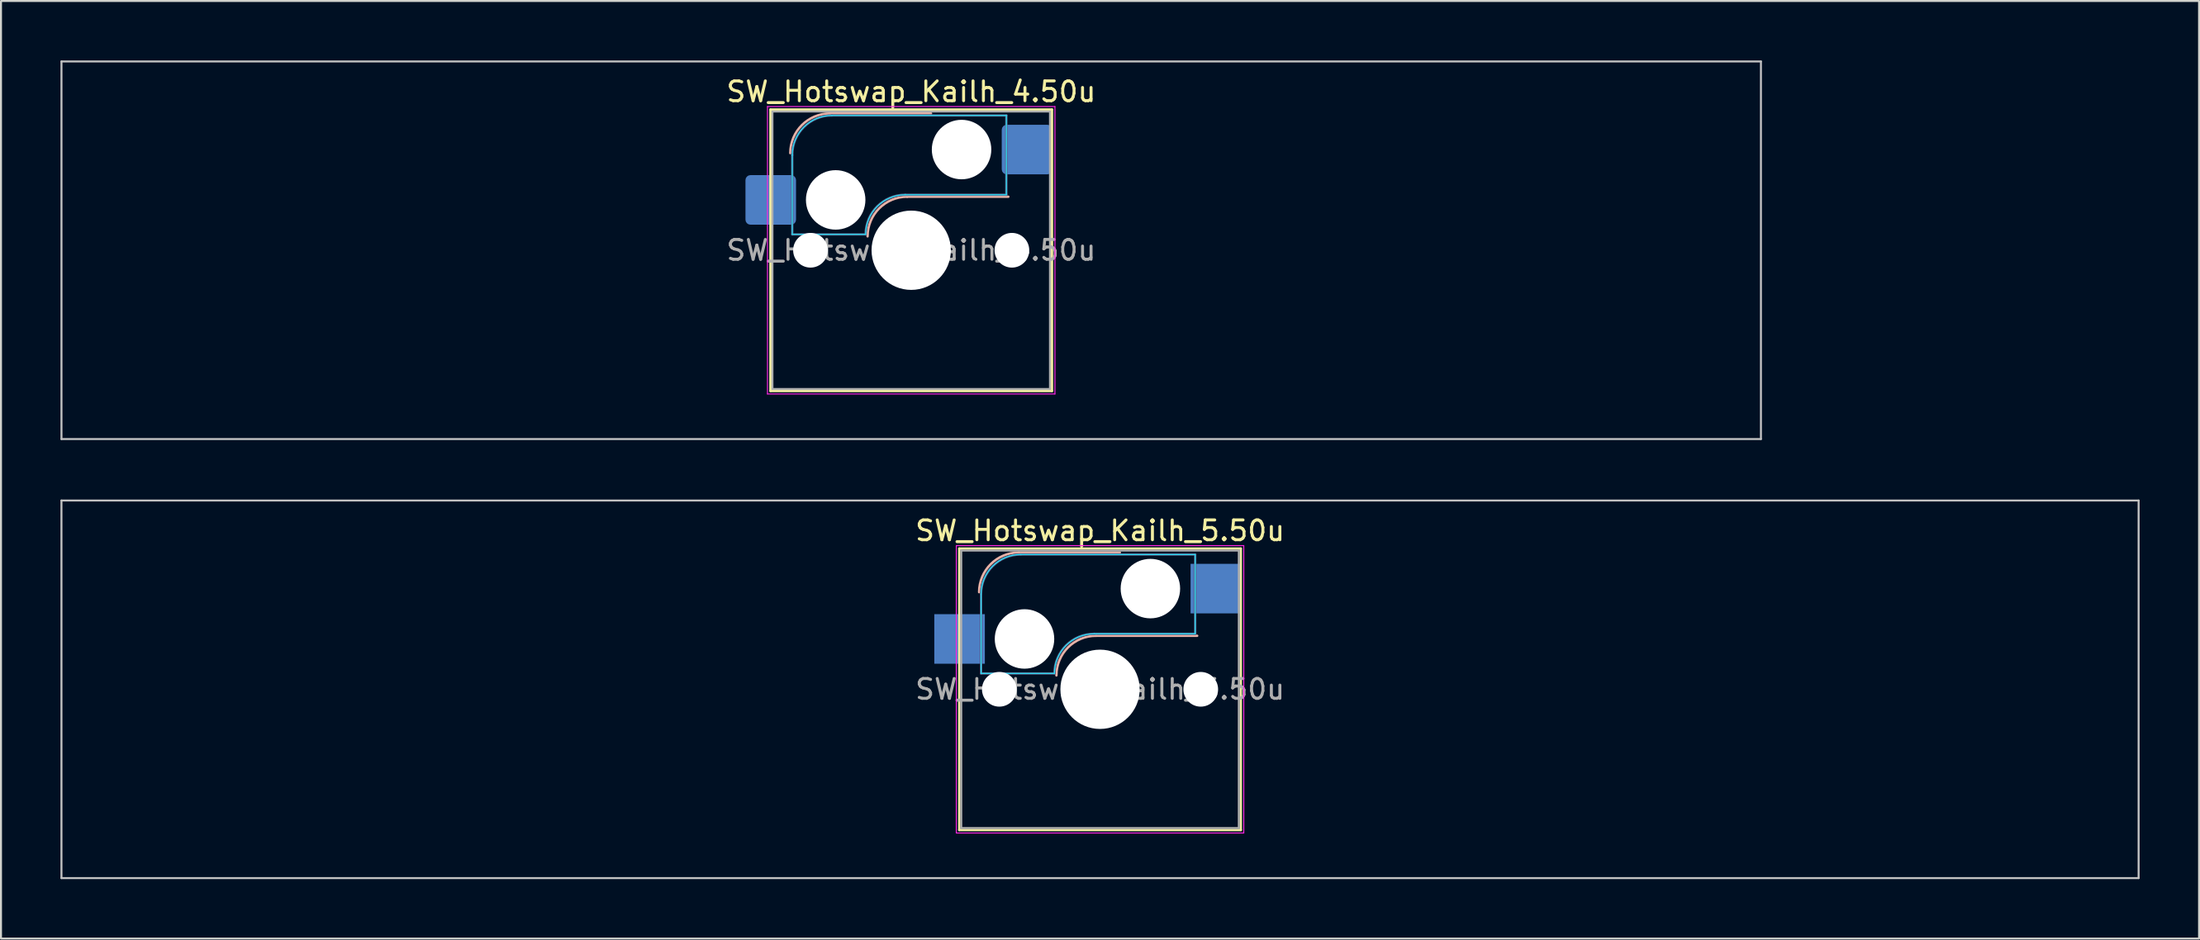
<source format=kicad_pcb>
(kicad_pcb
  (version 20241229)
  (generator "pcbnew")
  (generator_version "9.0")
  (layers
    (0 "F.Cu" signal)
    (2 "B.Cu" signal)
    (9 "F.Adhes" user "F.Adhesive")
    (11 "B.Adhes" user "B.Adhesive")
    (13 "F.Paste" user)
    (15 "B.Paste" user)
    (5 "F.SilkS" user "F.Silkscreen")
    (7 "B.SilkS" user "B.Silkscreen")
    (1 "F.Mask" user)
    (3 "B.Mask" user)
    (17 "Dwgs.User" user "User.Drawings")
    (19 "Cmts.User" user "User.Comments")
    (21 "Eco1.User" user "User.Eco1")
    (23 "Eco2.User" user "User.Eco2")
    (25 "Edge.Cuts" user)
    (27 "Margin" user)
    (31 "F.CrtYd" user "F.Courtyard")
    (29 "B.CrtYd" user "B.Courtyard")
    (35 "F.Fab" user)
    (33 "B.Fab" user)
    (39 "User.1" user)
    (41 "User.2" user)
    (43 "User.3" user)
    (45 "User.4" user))
  (footprint "SW_Hotswap_Kailh_4.50u"
    (layer "F.Cu")
    (at 42.913 9.575)
    (property "Reference" "SW_Hotswap_Kailh_4.50u" (at 0 -8 0) (layer "F.SilkS") (effects (font (size 1 1) (thickness 0.15))))
    (attr smd)
    (fp_line (start -7.1 -7.1) (end -7.1 7.1) (stroke (width 0.12) (type solid)) (layer "F.SilkS"))
    (fp_line (start -7.1 7.1) (end 7.1 7.1) (stroke (width 0.12) (type solid)) (layer "F.SilkS"))
    (fp_line (start 7.1 -7.1) (end -7.1 -7.1) (stroke (width 0.12) (type solid)) (layer "F.SilkS"))
    (fp_line (start 7.1 7.1) (end 7.1 -7.1) (stroke (width 0.12) (type solid)) (layer "F.SilkS"))
    (fp_line (start -4.1 -6.9) (end 1 -6.9) (stroke (width 0.12) (type solid)) (layer "B.SilkS"))
    (fp_line (start -0.2 -2.7) (end 4.9 -2.7) (stroke (width 0.12) (type solid)) (layer "B.SilkS"))
    (fp_arc (start -6.1 -4.9) (mid -5.514214 -6.314214) (end -4.1 -6.9) (stroke (width 0.12) (type solid)) (layer "B.SilkS"))
    (fp_arc (start -2.2 -0.7) (mid -1.614214 -2.114214) (end -0.2 -2.7) (stroke (width 0.12) (type solid)) (layer "B.SilkS"))
    (fp_line (start -42.862 -9.525) (end -42.862 9.525) (stroke (width 0.1) (type solid)) (layer "Dwgs.User"))
    (fp_line (start -42.862 9.525) (end 42.862 9.525) (stroke (width 0.1) (type solid)) (layer "Dwgs.User"))
    (fp_line (start 42.862 -9.525) (end -42.862 -9.525) (stroke (width 0.1) (type solid)) (layer "Dwgs.User"))
    (fp_line (start 42.862 9.525) (end 42.862 -9.525) (stroke (width 0.1) (type solid)) (layer "Dwgs.User"))
    (fp_line (start -7.8 -6) (end -7 -6) (stroke (width 0.1) (type solid)) (layer "Eco1.User"))
    (fp_line (start -7.8 -2.9) (end -7.8 -6) (stroke (width 0.1) (type solid)) (layer "Eco1.User"))
    (fp_line (start -7.8 2.9) (end -7 2.9) (stroke (width 0.1) (type solid)) (layer "Eco1.User"))
    (fp_line (start -7.8 6) (end -7.8 2.9) (stroke (width 0.1) (type solid)) (layer "Eco1.User"))
    (fp_line (start -7 -7) (end 7 -7) (stroke (width 0.1) (type solid)) (layer "Eco1.User"))
    (fp_line (start -7 -6) (end -7 -7) (stroke (width 0.1) (type solid)) (layer "Eco1.User"))
    (fp_line (start -7 -2.9) (end -7.8 -2.9) (stroke (width 0.1) (type solid)) (layer "Eco1.User"))
    (fp_line (start -7 2.9) (end -7 -2.9) (stroke (width 0.1) (type solid)) (layer "Eco1.User"))
    (fp_line (start -7 6) (end -7.8 6) (stroke (width 0.1) (type solid)) (layer "Eco1.User"))
    (fp_line (start -7 7) (end -7 6) (stroke (width 0.1) (type solid)) (layer "Eco1.User"))
    (fp_line (start 7 -7) (end 7 -6) (stroke (width 0.1) (type solid)) (layer "Eco1.User"))
    (fp_line (start 7 -6) (end 7.8 -6) (stroke (width 0.1) (type solid)) (layer "Eco1.User"))
    (fp_line (start 7 -2.9) (end 7 2.9) (stroke (width 0.1) (type solid)) (layer "Eco1.User"))
    (fp_line (start 7 2.9) (end 7.8 2.9) (stroke (width 0.1) (type solid)) (layer "Eco1.User"))
    (fp_line (start 7 6) (end 7 7) (stroke (width 0.1) (type solid)) (layer "Eco1.User"))
    (fp_line (start 7 7) (end -7 7) (stroke (width 0.1) (type solid)) (layer "Eco1.User"))
    (fp_line (start 7.8 -6) (end 7.8 -2.9) (stroke (width 0.1) (type solid)) (layer "Eco1.User"))
    (fp_line (start 7.8 -2.9) (end 7 -2.9) (stroke (width 0.1) (type solid)) (layer "Eco1.User"))
    (fp_line (start 7.8 2.9) (end 7.8 6) (stroke (width 0.1) (type solid)) (layer "Eco1.User"))
    (fp_line (start 7.8 6) (end 7 6) (stroke (width 0.1) (type solid)) (layer "Eco1.User"))
    (fp_line (start -6 -0.8) (end -6 -4.8) (stroke (width 0.05) (type solid)) (layer "B.CrtYd"))
    (fp_line (start -6 -0.8) (end -2.3 -0.8) (stroke (width 0.05) (type solid)) (layer "B.CrtYd"))
    (fp_line (start -4 -6.8) (end 4.8 -6.8) (stroke (width 0.05) (type solid)) (layer "B.CrtYd"))
    (fp_line (start -0.3 -2.8) (end 4.8 -2.8) (stroke (width 0.05) (type solid)) (layer "B.CrtYd"))
    (fp_line (start 4.8 -6.8) (end 4.8 -2.8) (stroke (width 0.05) (type solid)) (layer "B.CrtYd"))
    (fp_arc (start -6 -4.8) (mid -5.414214 -6.214214) (end -4 -6.8) (stroke (width 0.05) (type solid)) (layer "B.CrtYd"))
    (fp_arc (start -2.3 -0.8) (mid -1.714214 -2.214214) (end -0.3 -2.8) (stroke (width 0.05) (type solid)) (layer "B.CrtYd"))
    (fp_line (start -7.25 -7.25) (end -7.25 7.25) (stroke (width 0.05) (type solid)) (layer "F.CrtYd"))
    (fp_line (start -7.25 7.25) (end 7.25 7.25) (stroke (width 0.05) (type solid)) (layer "F.CrtYd"))
    (fp_line (start 7.25 -7.25) (end -7.25 -7.25) (stroke (width 0.05) (type solid)) (layer "F.CrtYd"))
    (fp_line (start 7.25 7.25) (end 7.25 -7.25) (stroke (width 0.05) (type solid)) (layer "F.CrtYd"))
    (fp_line (start -6 -0.8) (end -6 -4.8) (stroke (width 0.12) (type solid)) (layer "B.Fab"))
    (fp_line (start -6 -0.8) (end -2.3 -0.8) (stroke (width 0.12) (type solid)) (layer "B.Fab"))
    (fp_line (start -4 -6.8) (end 4.8 -6.8) (stroke (width 0.12) (type solid)) (layer "B.Fab"))
    (fp_line (start -0.3 -2.8) (end 4.8 -2.8) (stroke (width 0.12) (type solid)) (layer "B.Fab"))
    (fp_line (start 4.8 -6.8) (end 4.8 -2.8) (stroke (width 0.12) (type solid)) (layer "B.Fab"))
    (fp_arc (start -6 -4.8) (mid -5.414214 -6.214214) (end -4 -6.8) (stroke (width 0.12) (type solid)) (layer "B.Fab"))
    (fp_arc (start -2.3 -0.8) (mid -1.714214 -2.214214) (end -0.3 -2.8) (stroke (width 0.12) (type solid)) (layer "B.Fab"))
    (fp_line (start -7 -7) (end -7 7) (stroke (width 0.1) (type solid)) (layer "F.Fab"))
    (fp_line (start -7 7) (end 7 7) (stroke (width 0.1) (type solid)) (layer "F.Fab"))
    (fp_line (start 7 -7) (end -7 -7) (stroke (width 0.1) (type solid)) (layer "F.Fab"))
    (fp_line (start 7 7) (end 7 -7) (stroke (width 0.1) (type solid)) (layer "F.Fab"))
    (fp_text user "${REFERENCE}" (at 0 0 0) (layer "F.Fab") (effects (font (size 1 1) (thickness 0.15))))
    (pad "" np_thru_hole circle (at -5.08 0) (size 1.75 1.75) (drill 1.75) (layers "*.Cu" "*.Mask"))
    (pad "" np_thru_hole circle (at -3.81 -2.54) (size 3 3) (drill 3) (layers "*.Cu" "*.Mask"))
    (pad "" np_thru_hole circle (at 0 0) (size 4 4) (drill 4) (layers "*.Cu" "*.Mask"))
    (pad "" np_thru_hole circle (at 2.54 -5.08) (size 3 3) (drill 3) (layers "*.Cu" "*.Mask"))
    (pad "" np_thru_hole circle (at 5.08 0) (size 1.75 1.75) (drill 1.75) (layers "*.Cu" "*.Mask"))
    (pad "1" smd roundrect (at -7.085 -2.54) (size 2.55 2.5) (layers "B.Cu" "B.Mask" "B.Paste") (roundrect_rratio 0.1))
    (pad "2" smd roundrect (at 5.842 -5.08) (size 2.55 2.5) (layers "B.Cu" "B.Mask" "B.Paste") (roundrect_rratio 0.1)))
  (footprint "SW_Hotswap_Kailh_5.50u"
    (layer "F.Cu")
    (at 52.438 31.725)
    (property "Reference" "SW_Hotswap_Kailh_5.50u" (at 0 -8 0) (layer "F.SilkS") (effects (font (size 1 1) (thickness 0.15))))
    (attr smd)
    (fp_line (start -7.1 -7.1) (end -7.1 7.1) (stroke (width 0.12) (type solid)) (layer "F.SilkS"))
    (fp_line (start -7.1 7.1) (end 7.1 7.1) (stroke (width 0.12) (type solid)) (layer "F.SilkS"))
    (fp_line (start 7.1 -7.1) (end -7.1 -7.1) (stroke (width 0.12) (type solid)) (layer "F.SilkS"))
    (fp_line (start 7.1 7.1) (end 7.1 -7.1) (stroke (width 0.12) (type solid)) (layer "F.SilkS"))
    (fp_line (start -4.1 -6.9) (end 1 -6.9) (stroke (width 0.12) (type solid)) (layer "B.SilkS"))
    (fp_line (start -0.2 -2.7) (end 4.9 -2.7) (stroke (width 0.12) (type solid)) (layer "B.SilkS"))
    (fp_arc (start -6.1 -4.9) (mid -5.514214 -6.314214) (end -4.1 -6.9) (stroke (width 0.12) (type solid)) (layer "B.SilkS"))
    (fp_arc (start -2.2 -0.7) (mid -1.614214 -2.114214) (end -0.2 -2.7) (stroke (width 0.12) (type solid)) (layer "B.SilkS"))
    (fp_line (start -52.388 -9.525) (end -52.388 9.525) (stroke (width 0.1) (type solid)) (layer "Dwgs.User"))
    (fp_line (start -52.388 9.525) (end 52.388 9.525) (stroke (width 0.1) (type solid)) (layer "Dwgs.User"))
    (fp_line (start 52.388 -9.525) (end -52.388 -9.525) (stroke (width 0.1) (type solid)) (layer "Dwgs.User"))
    (fp_line (start 52.388 9.525) (end 52.388 -9.525) (stroke (width 0.1) (type solid)) (layer "Dwgs.User"))
    (fp_line (start -7.8 -6) (end -7 -6) (stroke (width 0.1) (type solid)) (layer "Eco1.User"))
    (fp_line (start -7.8 -2.9) (end -7.8 -6) (stroke (width 0.1) (type solid)) (layer "Eco1.User"))
    (fp_line (start -7.8 2.9) (end -7 2.9) (stroke (width 0.1) (type solid)) (layer "Eco1.User"))
    (fp_line (start -7.8 6) (end -7.8 2.9) (stroke (width 0.1) (type solid)) (layer "Eco1.User"))
    (fp_line (start -7 -7) (end 7 -7) (stroke (width 0.1) (type solid)) (layer "Eco1.User"))
    (fp_line (start -7 -6) (end -7 -7) (stroke (width 0.1) (type solid)) (layer "Eco1.User"))
    (fp_line (start -7 -2.9) (end -7.8 -2.9) (stroke (width 0.1) (type solid)) (layer "Eco1.User"))
    (fp_line (start -7 2.9) (end -7 -2.9) (stroke (width 0.1) (type solid)) (layer "Eco1.User"))
    (fp_line (start -7 6) (end -7.8 6) (stroke (width 0.1) (type solid)) (layer "Eco1.User"))
    (fp_line (start -7 7) (end -7 6) (stroke (width 0.1) (type solid)) (layer "Eco1.User"))
    (fp_line (start 7 -7) (end 7 -6) (stroke (width 0.1) (type solid)) (layer "Eco1.User"))
    (fp_line (start 7 -6) (end 7.8 -6) (stroke (width 0.1) (type solid)) (layer "Eco1.User"))
    (fp_line (start 7 -2.9) (end 7 2.9) (stroke (width 0.1) (type solid)) (layer "Eco1.User"))
    (fp_line (start 7 2.9) (end 7.8 2.9) (stroke (width 0.1) (type solid)) (layer "Eco1.User"))
    (fp_line (start 7 6) (end 7 7) (stroke (width 0.1) (type solid)) (layer "Eco1.User"))
    (fp_line (start 7 7) (end -7 7) (stroke (width 0.1) (type solid)) (layer "Eco1.User"))
    (fp_line (start 7.8 -6) (end 7.8 -2.9) (stroke (width 0.1) (type solid)) (layer "Eco1.User"))
    (fp_line (start 7.8 -2.9) (end 7 -2.9) (stroke (width 0.1) (type solid)) (layer "Eco1.User"))
    (fp_line (start 7.8 2.9) (end 7.8 6) (stroke (width 0.1) (type solid)) (layer "Eco1.User"))
    (fp_line (start 7.8 6) (end 7 6) (stroke (width 0.1) (type solid)) (layer "Eco1.User"))
    (fp_line (start -6 -0.8) (end -6 -4.8) (stroke (width 0.05) (type solid)) (layer "B.CrtYd"))
    (fp_line (start -6 -0.8) (end -2.3 -0.8) (stroke (width 0.05) (type solid)) (layer "B.CrtYd"))
    (fp_line (start -4 -6.8) (end 4.8 -6.8) (stroke (width 0.05) (type solid)) (layer "B.CrtYd"))
    (fp_line (start -0.3 -2.8) (end 4.8 -2.8) (stroke (width 0.05) (type solid)) (layer "B.CrtYd"))
    (fp_line (start 4.8 -6.8) (end 4.8 -2.8) (stroke (width 0.05) (type solid)) (layer "B.CrtYd"))
    (fp_arc (start -6 -4.8) (mid -5.414214 -6.214214) (end -4 -6.8) (stroke (width 0.05) (type solid)) (layer "B.CrtYd"))
    (fp_arc (start -2.3 -0.8) (mid -1.714214 -2.214214) (end -0.3 -2.8) (stroke (width 0.05) (type solid)) (layer "B.CrtYd"))
    (fp_line (start -7.25 -7.25) (end -7.25 7.25) (stroke (width 0.05) (type solid)) (layer "F.CrtYd"))
    (fp_line (start -7.25 7.25) (end 7.25 7.25) (stroke (width 0.05) (type solid)) (layer "F.CrtYd"))
    (fp_line (start 7.25 -7.25) (end -7.25 -7.25) (stroke (width 0.05) (type solid)) (layer "F.CrtYd"))
    (fp_line (start 7.25 7.25) (end 7.25 -7.25) (stroke (width 0.05) (type solid)) (layer "F.CrtYd"))
    (fp_line (start -6 -0.8) (end -6 -4.8) (stroke (width 0.12) (type solid)) (layer "B.Fab"))
    (fp_line (start -6 -0.8) (end -2.3 -0.8) (stroke (width 0.12) (type solid)) (layer "B.Fab"))
    (fp_line (start -4 -6.8) (end 4.8 -6.8) (stroke (width 0.12) (type solid)) (layer "B.Fab"))
    (fp_line (start -0.3 -2.8) (end 4.8 -2.8) (stroke (width 0.12) (type solid)) (layer "B.Fab"))
    (fp_line (start 4.8 -6.8) (end 4.8 -2.8) (stroke (width 0.12) (type solid)) (layer "B.Fab"))
    (fp_arc (start -6 -4.8) (mid -5.414214 -6.214214) (end -4 -6.8) (stroke (width 0.12) (type solid)) (layer "B.Fab"))
    (fp_arc (start -2.3 -0.8) (mid -1.714214 -2.214214) (end -0.3 -2.8) (stroke (width 0.12) (type solid)) (layer "B.Fab"))
    (fp_line (start -7 -7) (end -7 7) (stroke (width 0.1) (type solid)) (layer "F.Fab"))
    (fp_line (start -7 7) (end 7 7) (stroke (width 0.1) (type solid)) (layer "F.Fab"))
    (fp_line (start 7 -7) (end -7 -7) (stroke (width 0.1) (type solid)) (layer "F.Fab"))
    (fp_line (start 7 7) (end 7 -7) (stroke (width 0.1) (type solid)) (layer "F.Fab"))
    (fp_text user "${REFERENCE}" (at 0 0 0) (layer "F.Fab") (effects (font (size 1 1) (thickness 0.15))))
    (pad "" np_thru_hole circle (at -5.08 0) (size 1.75 1.75) (drill 1.75) (layers "*.Cu" "*.Mask"))
    (pad "" np_thru_hole circle (at -3.81 -2.54) (size 3 3) (drill 3) (layers "*.Cu" "*.Mask"))
    (pad "" np_thru_hole circle (at 0 0) (size 4 4) (drill 4) (layers "*.Cu" "*.Mask"))
    (pad "" np_thru_hole circle (at 2.54 -5.08) (size 3 3) (drill 3) (layers "*.Cu" "*.Mask"))
    (pad "" np_thru_hole circle (at 5.08 0) (size 1.75 1.75) (drill 1.75) (layers "*.Cu" "*.Mask"))
    (pad "1" smd rect (at -7.085 -2.54) (size 2.55 2.5) (layers "B.Cu" "B.Mask" "B.Paste"))
    (pad "2" smd rect (at 5.842 -5.08) (size 2.55 2.5) (layers "B.Cu" "B.Mask" "B.Paste")))
  (gr_rect
    (start -3 -3)
    (end 107.875 44.3)
    (stroke (width 0.1) (type default))
    (fill no)
    (layer "Edge.Cuts")))
</source>
